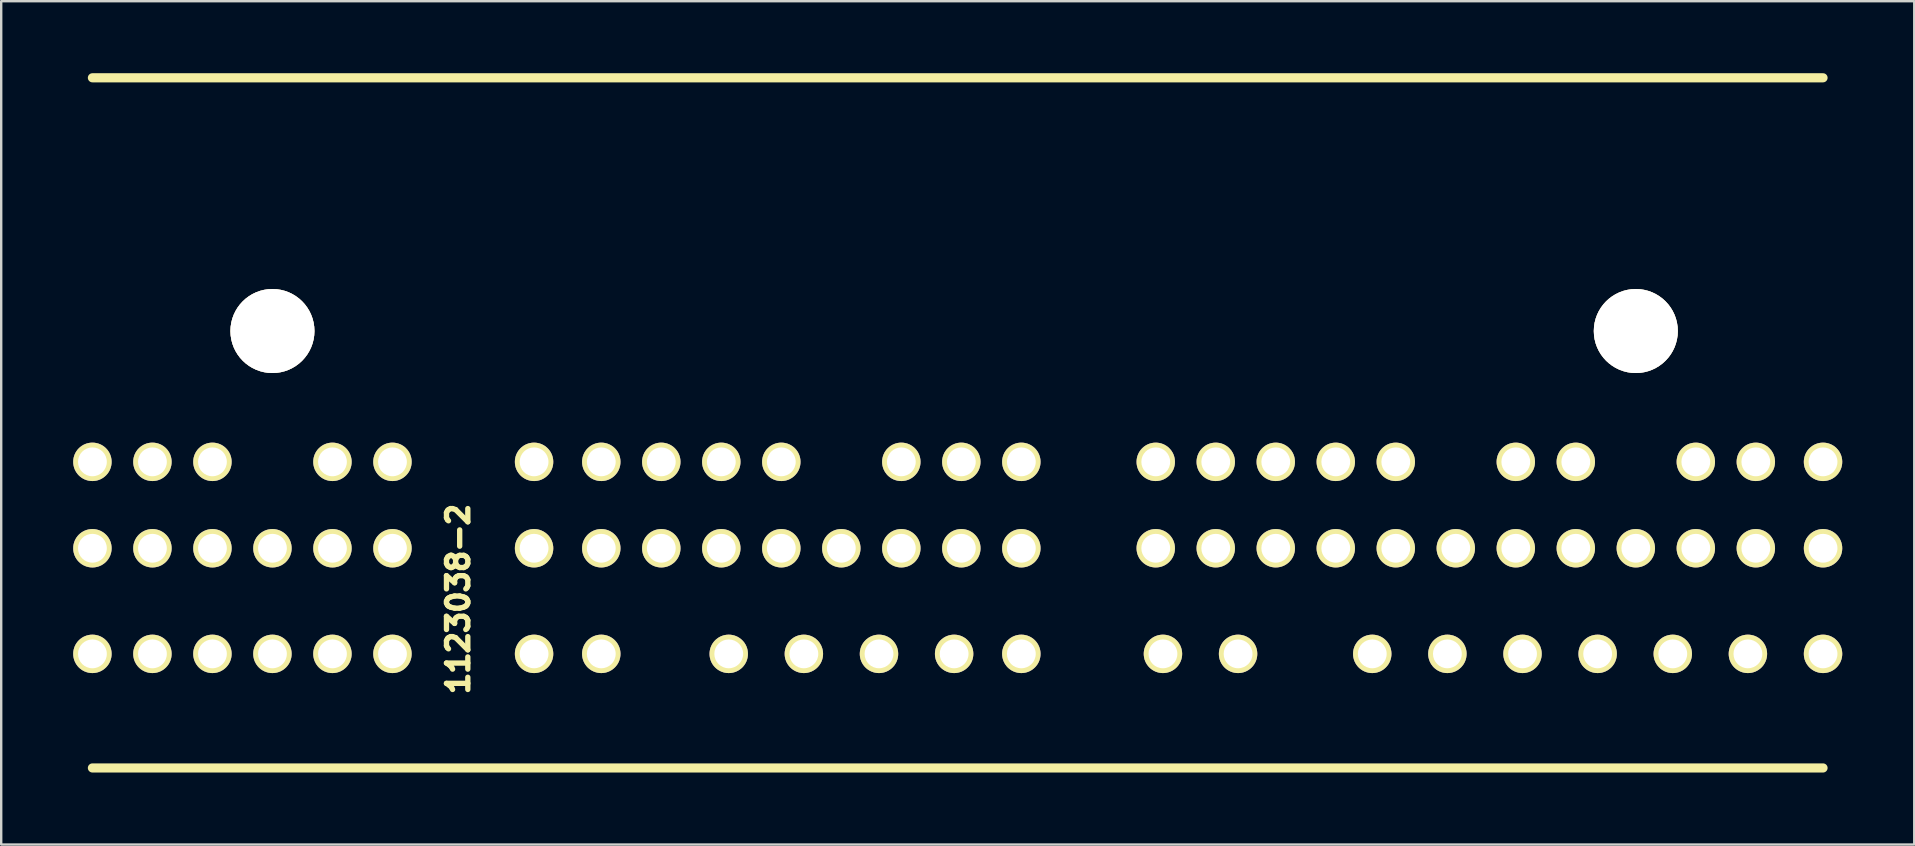
<source format=kicad_pcb>
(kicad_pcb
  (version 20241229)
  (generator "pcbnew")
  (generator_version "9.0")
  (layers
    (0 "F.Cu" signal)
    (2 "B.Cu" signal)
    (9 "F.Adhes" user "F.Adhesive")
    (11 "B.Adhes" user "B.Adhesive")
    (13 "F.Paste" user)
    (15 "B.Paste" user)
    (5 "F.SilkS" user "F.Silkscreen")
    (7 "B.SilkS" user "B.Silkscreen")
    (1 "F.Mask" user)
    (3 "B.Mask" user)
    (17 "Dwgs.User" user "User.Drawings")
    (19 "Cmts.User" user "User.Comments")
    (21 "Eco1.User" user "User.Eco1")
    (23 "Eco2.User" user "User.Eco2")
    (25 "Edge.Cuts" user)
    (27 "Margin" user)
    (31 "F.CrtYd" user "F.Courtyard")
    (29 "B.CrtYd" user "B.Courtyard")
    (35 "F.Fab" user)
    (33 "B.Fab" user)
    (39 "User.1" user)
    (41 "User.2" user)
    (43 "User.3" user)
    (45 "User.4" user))
  (footprint "1123038-2"
    (layer "F.Cu")
    (at 0.8 16.191)
    (property "Reference" "1123038-2" (at 15.24 5.715 90) (layer "F.SilkS") (effects (font (size 0.889 0.889) (thickness 0.224))))
    (attr through_hole)
    (fp_line (start 0 -16) (end 72.1 -16) (stroke (width 0.381) (type solid)) (layer "F.SilkS"))
    (fp_line (start 0 12.753) (end 72.1 12.753) (stroke (width 0.381) (type solid)) (layer "F.SilkS"))
    (pad "" thru_hole circle (at 7.5 -5.45) (size 3.5 3.5) (drill 3.5) (layers "*.Cu" "*.Mask" "F.SilkS"))
    (pad "" thru_hole circle (at 64.3 -5.45) (size 3.5 3.5) (drill 3.5) (layers "*.Cu" "*.Mask" "F.SilkS"))
    (pad "1" thru_hole circle (at 0 0) (size 1.6 1.6) (drill 1.2) (layers "*.Cu" "*.Mask" "F.SilkS"))
    (pad "2" thru_hole circle (at 2.5 0) (size 1.6 1.6) (drill 1.2) (layers "*.Cu" "*.Mask" "F.SilkS"))
    (pad "3" thru_hole circle (at 5 0) (size 1.6 1.6) (drill 1.2) (layers "*.Cu" "*.Mask" "F.SilkS"))
    (pad "4" thru_hole circle (at 10 0) (size 1.6 1.6) (drill 1.2) (layers "*.Cu" "*.Mask" "F.SilkS"))
    (pad "5" thru_hole circle (at 12.5 0) (size 1.6 1.6) (drill 1.2) (layers "*.Cu" "*.Mask" "F.SilkS"))
    (pad "6" thru_hole circle (at 18.4 0) (size 1.6 1.6) (drill 1.2) (layers "*.Cu" "*.Mask" "F.SilkS"))
    (pad "7" thru_hole circle (at 21.2 0) (size 1.6 1.6) (drill 1.2) (layers "*.Cu" "*.Mask" "F.SilkS"))
    (pad "8" thru_hole circle (at 23.7 0) (size 1.6 1.6) (drill 1.2) (layers "*.Cu" "*.Mask" "F.SilkS"))
    (pad "9" thru_hole circle (at 26.2 0) (size 1.6 1.6) (drill 1.2) (layers "*.Cu" "*.Mask" "F.SilkS"))
    (pad "10" thru_hole circle (at 28.7 0) (size 1.6 1.6) (drill 1.2) (layers "*.Cu" "*.Mask" "F.SilkS"))
    (pad "11" thru_hole circle (at 33.7 0) (size 1.6 1.6) (drill 1.2) (layers "*.Cu" "*.Mask" "F.SilkS"))
    (pad "12" thru_hole circle (at 36.2 0) (size 1.6 1.6) (drill 1.2) (layers "*.Cu" "*.Mask" "F.SilkS"))
    (pad "13" thru_hole circle (at 38.7 0) (size 1.6 1.6) (drill 1.2) (layers "*.Cu" "*.Mask" "F.SilkS"))
    (pad "14" thru_hole circle (at 44.3 0) (size 1.6 1.6) (drill 1.2) (layers "*.Cu" "*.Mask" "F.SilkS"))
    (pad "15" thru_hole circle (at 46.8 0) (size 1.6 1.6) (drill 1.2) (layers "*.Cu" "*.Mask" "F.SilkS"))
    (pad "16" thru_hole circle (at 49.3 0) (size 1.6 1.6) (drill 1.2) (layers "*.Cu" "*.Mask" "F.SilkS"))
    (pad "17" thru_hole circle (at 51.8 0) (size 1.6 1.6) (drill 1.2) (layers "*.Cu" "*.Mask" "F.SilkS"))
    (pad "18" thru_hole circle (at 54.3 0) (size 1.6 1.6) (drill 1.2) (layers "*.Cu" "*.Mask" "F.SilkS"))
    (pad "19" thru_hole circle (at 59.3 0) (size 1.6 1.6) (drill 1.2) (layers "*.Cu" "*.Mask" "F.SilkS"))
    (pad "20" thru_hole circle (at 61.8 0) (size 1.6 1.6) (drill 1.2) (layers "*.Cu" "*.Mask" "F.SilkS"))
    (pad "21" thru_hole circle (at 66.8 0) (size 1.6 1.6) (drill 1.2) (layers "*.Cu" "*.Mask" "F.SilkS"))
    (pad "22" thru_hole circle (at 69.3 0) (size 1.6 1.6) (drill 1.2) (layers "*.Cu" "*.Mask" "F.SilkS"))
    (pad "23" thru_hole circle (at 72.1 0) (size 1.6 1.6) (drill 1.2) (layers "*.Cu" "*.Mask" "F.SilkS"))
    (pad "24" thru_hole circle (at 0 3.6) (size 1.6 1.6) (drill 1.2) (layers "*.Cu" "*.Mask" "F.SilkS"))
    (pad "25" thru_hole circle (at 2.5 3.6) (size 1.6 1.6) (drill 1.2) (layers "*.Cu" "*.Mask" "F.SilkS"))
    (pad "26" thru_hole circle (at 5 3.6) (size 1.6 1.6) (drill 1.2) (layers "*.Cu" "*.Mask" "F.SilkS"))
    (pad "27" thru_hole circle (at 7.5 3.6) (size 1.6 1.6) (drill 1.2) (layers "*.Cu" "*.Mask" "F.SilkS"))
    (pad "28" thru_hole circle (at 10 3.6) (size 1.6 1.6) (drill 1.2) (layers "*.Cu" "*.Mask" "F.SilkS"))
    (pad "29" thru_hole circle (at 12.5 3.6) (size 1.6 1.6) (drill 1.2) (layers "*.Cu" "*.Mask" "F.SilkS"))
    (pad "30" thru_hole circle (at 18.4 3.6) (size 1.6 1.6) (drill 1.2) (layers "*.Cu" "*.Mask" "F.SilkS"))
    (pad "31" thru_hole circle (at 21.2 3.6) (size 1.6 1.6) (drill 1.2) (layers "*.Cu" "*.Mask" "F.SilkS"))
    (pad "32" thru_hole circle (at 23.7 3.6) (size 1.6 1.6) (drill 1.2) (layers "*.Cu" "*.Mask" "F.SilkS"))
    (pad "33" thru_hole circle (at 26.2 3.6) (size 1.6 1.6) (drill 1.2) (layers "*.Cu" "*.Mask" "F.SilkS"))
    (pad "34" thru_hole circle (at 28.7 3.6) (size 1.6 1.6) (drill 1.2) (layers "*.Cu" "*.Mask" "F.SilkS"))
    (pad "35" thru_hole circle (at 31.2 3.6) (size 1.6 1.6) (drill 1.2) (layers "*.Cu" "*.Mask" "F.SilkS"))
    (pad "36" thru_hole circle (at 33.7 3.6) (size 1.6 1.6) (drill 1.2) (layers "*.Cu" "*.Mask" "F.SilkS"))
    (pad "37" thru_hole circle (at 36.2 3.6) (size 1.6 1.6) (drill 1.2) (layers "*.Cu" "*.Mask" "F.SilkS"))
    (pad "38" thru_hole circle (at 38.7 3.6) (size 1.6 1.6) (drill 1.2) (layers "*.Cu" "*.Mask" "F.SilkS"))
    (pad "39" thru_hole circle (at 44.3 3.6) (size 1.6 1.6) (drill 1.2) (layers "*.Cu" "*.Mask" "F.SilkS"))
    (pad "40" thru_hole circle (at 46.8 3.6) (size 1.6 1.6) (drill 1.2) (layers "*.Cu" "*.Mask" "F.SilkS"))
    (pad "41" thru_hole circle (at 49.3 3.6) (size 1.6 1.6) (drill 1.2) (layers "*.Cu" "*.Mask" "F.SilkS"))
    (pad "42" thru_hole circle (at 51.8 3.6) (size 1.6 1.6) (drill 1.2) (layers "*.Cu" "*.Mask" "F.SilkS"))
    (pad "43" thru_hole circle (at 54.3 3.6) (size 1.6 1.6) (drill 1.2) (layers "*.Cu" "*.Mask" "F.SilkS"))
    (pad "44" thru_hole circle (at 56.8 3.6) (size 1.6 1.6) (drill 1.2) (layers "*.Cu" "*.Mask" "F.SilkS"))
    (pad "45" thru_hole circle (at 59.3 3.6) (size 1.6 1.6) (drill 1.2) (layers "*.Cu" "*.Mask" "F.SilkS"))
    (pad "46" thru_hole circle (at 61.8 3.6) (size 1.6 1.6) (drill 1.2) (layers "*.Cu" "*.Mask" "F.SilkS"))
    (pad "47" thru_hole circle (at 64.3 3.6) (size 1.6 1.6) (drill 1.2) (layers "*.Cu" "*.Mask" "F.SilkS"))
    (pad "48" thru_hole circle (at 66.8 3.6) (size 1.6 1.6) (drill 1.2) (layers "*.Cu" "*.Mask" "F.SilkS"))
    (pad "49" thru_hole circle (at 69.3 3.6) (size 1.6 1.6) (drill 1.2) (layers "*.Cu" "*.Mask" "F.SilkS"))
    (pad "50" thru_hole circle (at 72.1 3.6) (size 1.6 1.6) (drill 1.2) (layers "*.Cu" "*.Mask" "F.SilkS"))
    (pad "51" thru_hole circle (at 0 8) (size 1.6 1.6) (drill 1.2) (layers "*.Cu" "*.Mask" "F.SilkS"))
    (pad "52" thru_hole circle (at 2.5 8) (size 1.6 1.6) (drill 1.2) (layers "*.Cu" "*.Mask" "F.SilkS"))
    (pad "53" thru_hole circle (at 5 8) (size 1.6 1.6) (drill 1.2) (layers "*.Cu" "*.Mask" "F.SilkS"))
    (pad "54" thru_hole circle (at 7.5 8) (size 1.6 1.6) (drill 1.2) (layers "*.Cu" "*.Mask" "F.SilkS"))
    (pad "55" thru_hole circle (at 10 8) (size 1.6 1.6) (drill 1.2) (layers "*.Cu" "*.Mask" "F.SilkS"))
    (pad "56" thru_hole circle (at 12.5 8) (size 1.6 1.6) (drill 1.2) (layers "*.Cu" "*.Mask" "F.SilkS"))
    (pad "57" thru_hole circle (at 18.4 8) (size 1.6 1.6) (drill 1.2) (layers "*.Cu" "*.Mask" "F.SilkS"))
    (pad "58" thru_hole circle (at 21.2 8) (size 1.6 1.6) (drill 1.2) (layers "*.Cu" "*.Mask" "F.SilkS"))
    (pad "59" thru_hole circle (at 26.51 8) (size 1.6 1.6) (drill 1.2) (layers "*.Cu" "*.Mask" "F.SilkS"))
    (pad "60" thru_hole circle (at 29.64 8) (size 1.6 1.6) (drill 1.2) (layers "*.Cu" "*.Mask" "F.SilkS"))
    (pad "61" thru_hole circle (at 32.77 8) (size 1.6 1.6) (drill 1.2) (layers "*.Cu" "*.Mask" "F.SilkS"))
    (pad "62" thru_hole circle (at 35.9 8) (size 1.6 1.6) (drill 1.2) (layers "*.Cu" "*.Mask" "F.SilkS"))
    (pad "63" thru_hole circle (at 38.7 8) (size 1.6 1.6) (drill 1.2) (layers "*.Cu" "*.Mask" "F.SilkS"))
    (pad "64" thru_hole circle (at 44.6 8) (size 1.6 1.6) (drill 1.2) (layers "*.Cu" "*.Mask" "F.SilkS"))
    (pad "65" thru_hole circle (at 47.73 8) (size 1.6 1.6) (drill 1.2) (layers "*.Cu" "*.Mask" "F.SilkS"))
    (pad "66" thru_hole circle (at 53.32 8) (size 1.6 1.6) (drill 1.2) (layers "*.Cu" "*.Mask" "F.SilkS"))
    (pad "67" thru_hole circle (at 56.45 8) (size 1.6 1.6) (drill 1.2) (layers "*.Cu" "*.Mask" "F.SilkS"))
    (pad "68" thru_hole circle (at 59.58 8) (size 1.6 1.6) (drill 1.2) (layers "*.Cu" "*.Mask" "F.SilkS"))
    (pad "69" thru_hole circle (at 62.71 8) (size 1.6 1.6) (drill 1.2) (layers "*.Cu" "*.Mask" "F.SilkS"))
    (pad "70" thru_hole circle (at 65.84 8) (size 1.6 1.6) (drill 1.2) (layers "*.Cu" "*.Mask" "F.SilkS"))
    (pad "71" thru_hole circle (at 68.97 8) (size 1.6 1.6) (drill 1.2) (layers "*.Cu" "*.Mask" "F.SilkS"))
    (pad "72" thru_hole circle (at 72.1 8) (size 1.6 1.6) (drill 1.2) (layers "*.Cu" "*.Mask" "F.SilkS")))
  (gr_rect
    (start -3 -3)
    (end 76.7 32.134)
    (stroke (width 0.1) (type default))
    (fill no)
    (layer "Edge.Cuts")))
</source>
